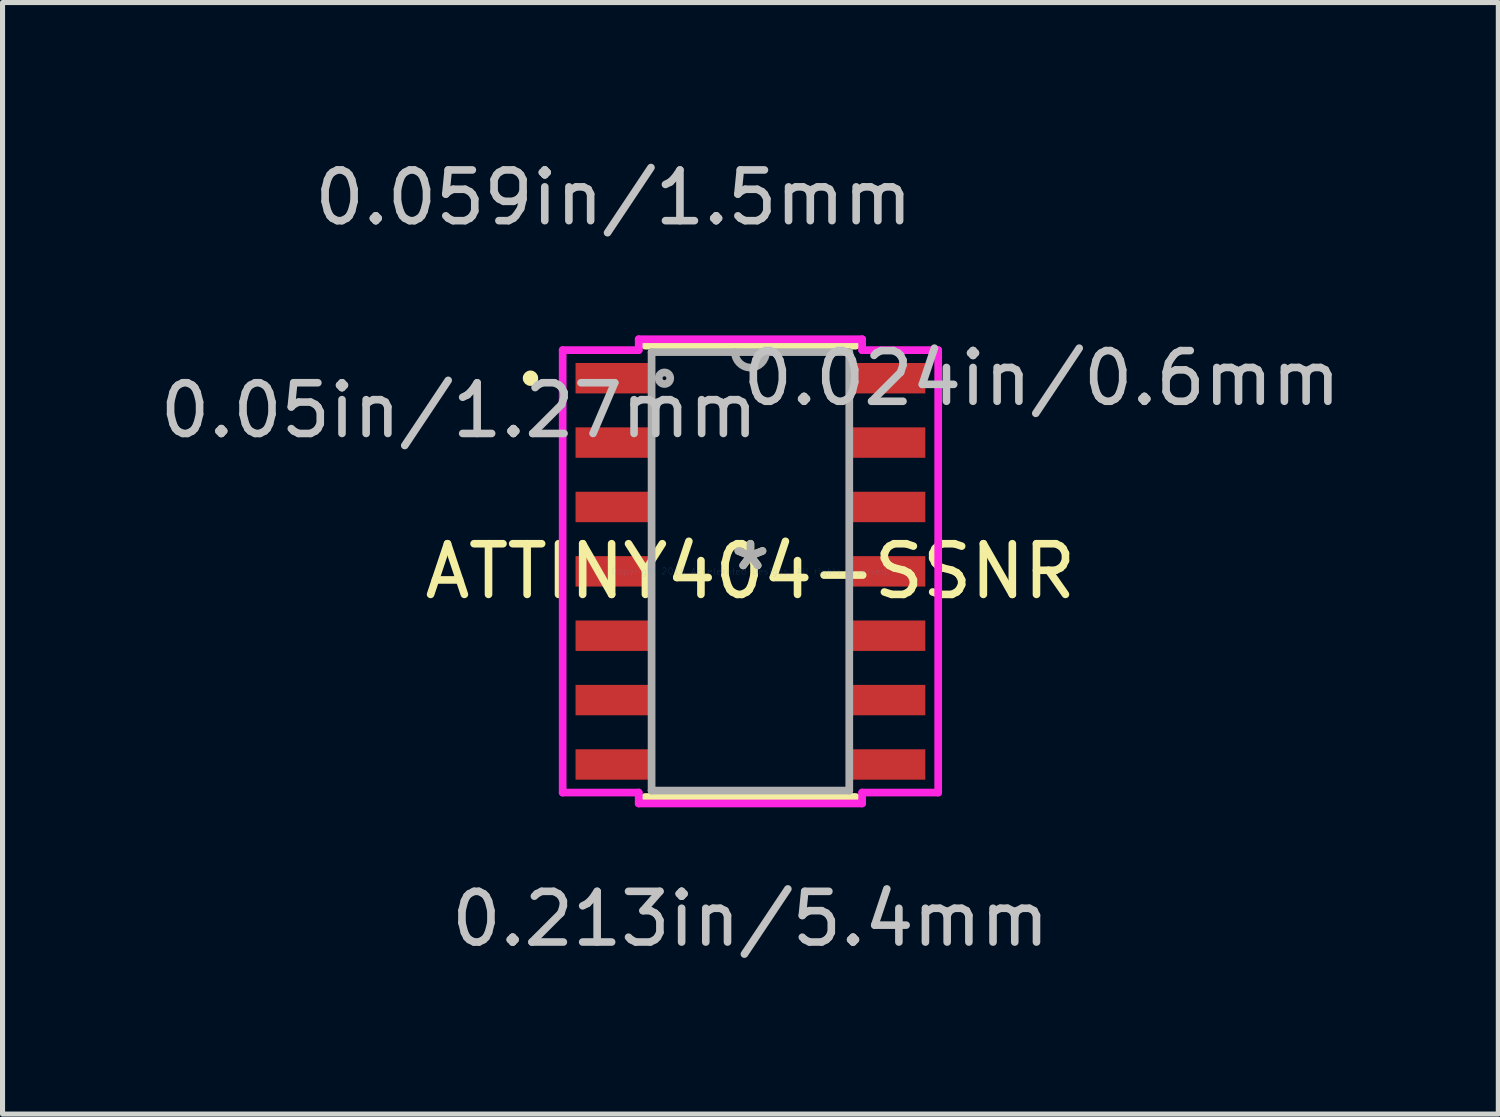
<source format=kicad_pcb>
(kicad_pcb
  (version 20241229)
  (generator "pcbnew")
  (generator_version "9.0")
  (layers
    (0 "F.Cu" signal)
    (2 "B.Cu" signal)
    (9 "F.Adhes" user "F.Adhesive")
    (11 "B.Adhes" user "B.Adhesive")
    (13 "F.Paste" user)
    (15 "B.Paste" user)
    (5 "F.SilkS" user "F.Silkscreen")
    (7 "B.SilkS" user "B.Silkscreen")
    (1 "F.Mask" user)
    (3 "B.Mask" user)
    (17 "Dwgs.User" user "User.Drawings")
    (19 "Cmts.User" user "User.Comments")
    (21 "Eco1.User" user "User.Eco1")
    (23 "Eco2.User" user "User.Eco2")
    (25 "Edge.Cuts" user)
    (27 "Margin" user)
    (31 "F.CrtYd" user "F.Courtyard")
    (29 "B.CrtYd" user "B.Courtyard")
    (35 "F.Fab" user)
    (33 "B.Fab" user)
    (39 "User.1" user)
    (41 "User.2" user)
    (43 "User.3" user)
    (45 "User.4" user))
  (footprint "ATTINY404-SSNR"
    (layer "F.Cu")
    (at 11.754 8.221)
    (property "Reference" "ATTINY404-SSNR" (at 0 0 0) (layer "F.SilkS") (effects (font (size 1 1) (thickness 0.15))))
    (attr through_hole)
    (fp_line (start -2.077 4.452) (end 2.077 4.452) (stroke (width 0.152) (type solid)) (layer "F.SilkS"))
    (fp_line (start 2.077 -4.452) (end -2.077 -4.452) (stroke (width 0.152) (type solid)) (layer "F.SilkS"))
    (fp_circle (center -4.339 -3.81) (end -4.263 -3.81) (stroke (width 0.152) (type solid)) (fill no) (layer "F.SilkS"))
    (fp_line (start -3.704 -4.364) (end -2.204 -4.364) (stroke (width 0.152) (type solid)) (layer "F.CrtYd"))
    (fp_line (start -3.704 4.364) (end -3.704 -4.364) (stroke (width 0.152) (type solid)) (layer "F.CrtYd"))
    (fp_line (start -2.204 -4.579) (end 2.204 -4.579) (stroke (width 0.152) (type solid)) (layer "F.CrtYd"))
    (fp_line (start -2.204 -4.364) (end -2.204 -4.579) (stroke (width 0.152) (type solid)) (layer "F.CrtYd"))
    (fp_line (start -2.204 4.364) (end -3.704 4.364) (stroke (width 0.152) (type solid)) (layer "F.CrtYd"))
    (fp_line (start -2.204 4.579) (end -2.204 4.364) (stroke (width 0.152) (type solid)) (layer "F.CrtYd"))
    (fp_line (start 2.204 -4.579) (end 2.204 -4.364) (stroke (width 0.152) (type solid)) (layer "F.CrtYd"))
    (fp_line (start 2.204 -4.364) (end 3.704 -4.364) (stroke (width 0.152) (type solid)) (layer "F.CrtYd"))
    (fp_line (start 2.204 4.364) (end 2.204 4.579) (stroke (width 0.152) (type solid)) (layer "F.CrtYd"))
    (fp_line (start 2.204 4.579) (end -2.204 4.579) (stroke (width 0.152) (type solid)) (layer "F.CrtYd"))
    (fp_line (start 3.704 -4.364) (end 3.704 4.364) (stroke (width 0.152) (type solid)) (layer "F.CrtYd"))
    (fp_line (start 3.704 4.364) (end 2.204 4.364) (stroke (width 0.152) (type solid)) (layer "F.CrtYd"))
    (fp_line (start -1.95 -4.325) (end -1.95 4.325) (stroke (width 0.152) (type solid)) (layer "F.Fab"))
    (fp_line (start -1.95 4.325) (end 1.95 4.325) (stroke (width 0.152) (type solid)) (layer "F.Fab"))
    (fp_line (start 1.95 -4.325) (end -1.95 -4.325) (stroke (width 0.152) (type solid)) (layer "F.Fab"))
    (fp_line (start 1.95 4.325) (end 1.95 -4.325) (stroke (width 0.152) (type solid)) (layer "F.Fab"))
    (fp_arc (start 0.3048 -4.325) (mid 0 -4.0202) (end -0.3048 -4.325) (stroke (width 0.1524) (type solid)) (layer "F.Fab"))
    (fp_circle (center -1.696 -3.81) (end -1.658 -3.81) (stroke (width 0.152) (type solid)) (fill no) (layer "F.Fab"))
    (fp_text user "*" (at 0 0 0) (layer "F.SilkS") (effects (font (size 1 1) (thickness 0.15))))
    (fp_text user "0.059in/1.5mm" (at -2.7 -7.373 0) (layer "Dwgs.User") (effects (font (size 1 1) (thickness 0.15))))
    (fp_text user "0.024in/0.6mm" (at 5.748 -3.81 0) (layer "Dwgs.User") (effects (font (size 1 1) (thickness 0.15))))
    (fp_text user "0.213in/5.4mm" (at 0 6.858 0) (layer "Dwgs.User") (effects (font (size 1 1) (thickness 0.15))))
    (fp_text user "0.05in/1.27mm" (at -5.748 -3.175 0) (layer "Dwgs.User") (effects (font (size 1 1) (thickness 0.15))))
    (fp_text user "Copyright 2016 Accelerated Designs. All rights reserved." (at 0 0 0) (layer "Cmts.User") (effects (font (size 0.127 0.127) (thickness 0.002))))
    (fp_text user "*" (at 0 0 0) (layer "F.Fab") (effects (font (size 1 1) (thickness 0.15))))
    (pad "1" smd rect (at -2.7 -3.81) (size 1.5 0.6) (layers "F.Cu" "F.Mask" "F.Paste"))
    (pad "2" smd rect (at -2.7 -2.54) (size 1.5 0.6) (layers "F.Cu" "F.Mask" "F.Paste"))
    (pad "3" smd rect (at -2.7 -1.27) (size 1.5 0.6) (layers "F.Cu" "F.Mask" "F.Paste"))
    (pad "4" smd rect (at -2.7 0) (size 1.5 0.6) (layers "F.Cu" "F.Mask" "F.Paste"))
    (pad "5" smd rect (at -2.7 1.27) (size 1.5 0.6) (layers "F.Cu" "F.Mask" "F.Paste"))
    (pad "6" smd rect (at -2.7 2.54) (size 1.5 0.6) (layers "F.Cu" "F.Mask" "F.Paste"))
    (pad "7" smd rect (at -2.7 3.81) (size 1.5 0.6) (layers "F.Cu" "F.Mask" "F.Paste"))
    (pad "8" smd rect (at 2.7 3.81) (size 1.5 0.6) (layers "F.Cu" "F.Mask" "F.Paste"))
    (pad "9" smd rect (at 2.7 2.54) (size 1.5 0.6) (layers "F.Cu" "F.Mask" "F.Paste"))
    (pad "10" smd rect (at 2.7 1.27) (size 1.5 0.6) (layers "F.Cu" "F.Mask" "F.Paste"))
    (pad "11" smd rect (at 2.7 0) (size 1.5 0.6) (layers "F.Cu" "F.Mask" "F.Paste"))
    (pad "12" smd rect (at 2.7 -1.27) (size 1.5 0.6) (layers "F.Cu" "F.Mask" "F.Paste"))
    (pad "13" smd rect (at 2.7 -2.54) (size 1.5 0.6) (layers "F.Cu" "F.Mask" "F.Paste"))
    (pad "14" smd rect (at 2.7 -3.81) (size 1.5 0.6) (layers "F.Cu" "F.Mask" "F.Paste")))
  (gr_rect
    (start -3 -3)
    (end 26.508 18.927)
    (stroke (width 0.1) (type default))
    (fill no)
    (layer "Edge.Cuts")))
</source>
